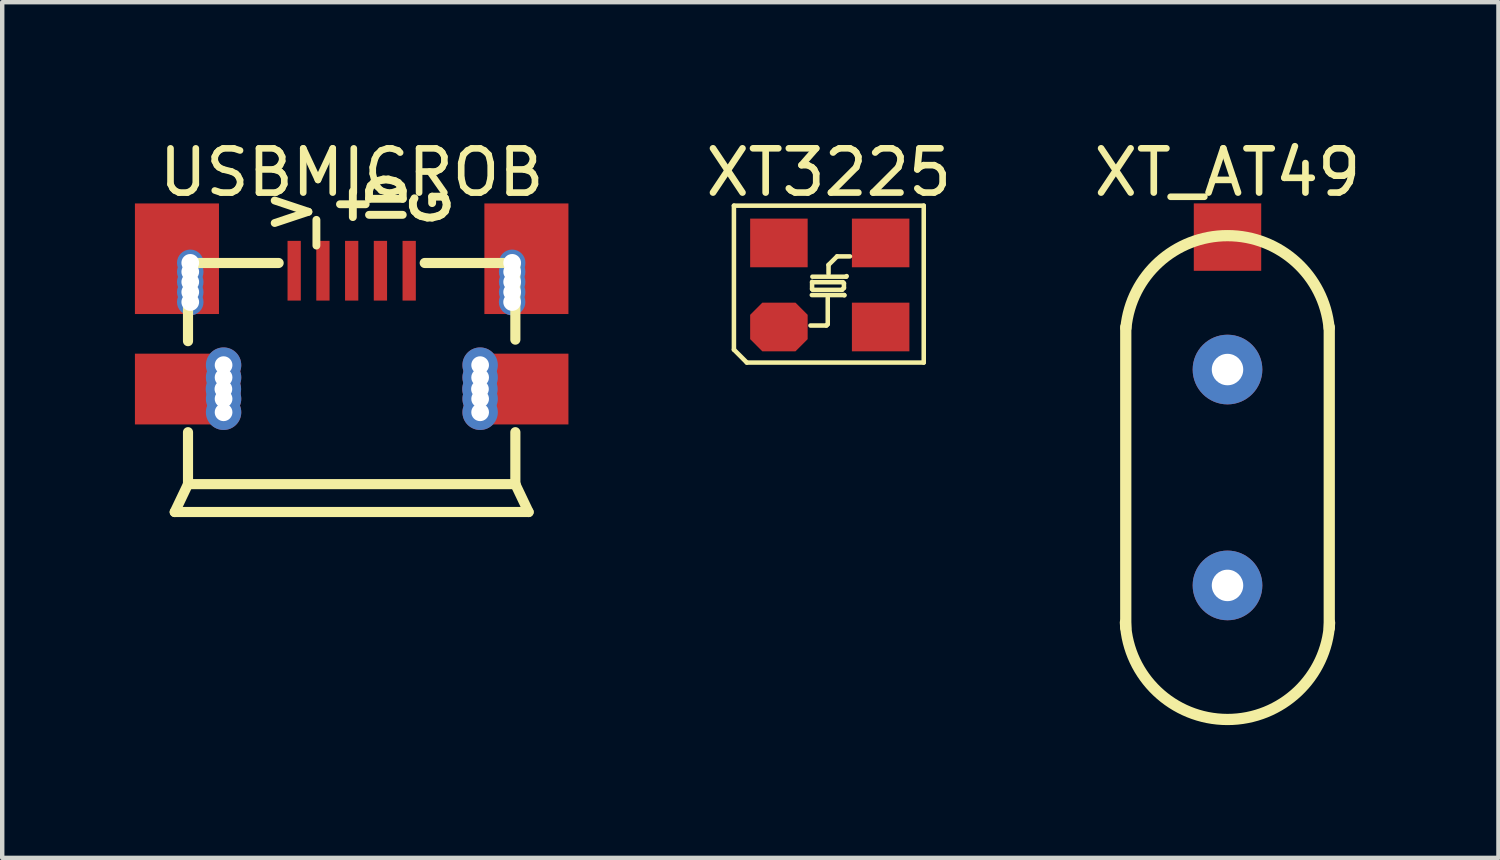
<source format=kicad_pcb>
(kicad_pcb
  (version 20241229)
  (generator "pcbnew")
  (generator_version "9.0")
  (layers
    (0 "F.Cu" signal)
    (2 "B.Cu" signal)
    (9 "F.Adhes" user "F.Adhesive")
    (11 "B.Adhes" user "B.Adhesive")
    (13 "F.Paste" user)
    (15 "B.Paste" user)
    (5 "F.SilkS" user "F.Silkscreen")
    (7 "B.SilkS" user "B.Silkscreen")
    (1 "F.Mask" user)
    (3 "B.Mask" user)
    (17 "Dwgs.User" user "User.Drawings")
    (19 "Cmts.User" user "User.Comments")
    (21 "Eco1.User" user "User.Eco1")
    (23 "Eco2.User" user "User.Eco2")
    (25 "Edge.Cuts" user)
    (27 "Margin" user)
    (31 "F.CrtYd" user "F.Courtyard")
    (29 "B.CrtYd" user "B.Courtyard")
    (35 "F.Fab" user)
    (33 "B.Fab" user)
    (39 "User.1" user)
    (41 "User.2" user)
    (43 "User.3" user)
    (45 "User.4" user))
  (footprint "USBMICROB"
    (layer "F.Cu")
    (at 3.6 3.07)
    (property "Reference" "USBMICROB" (at 1.3 -2.221 0) (layer "F.SilkS") (effects (font (size 1 1) (thickness 0.15))))
    (fp_line (start -2.7 5.455) (end -2.4 4.825) (stroke (width 0.229) (type solid)) (layer "F.SilkS"))
    (fp_line (start -2.7 5.455) (end 5.3 5.455) (stroke (width 0.229) (type solid)) (layer "F.SilkS"))
    (fp_line (start -2.4 -0.175) (end -0.351 -0.175) (stroke (width 0.229) (type solid)) (layer "F.SilkS"))
    (fp_line (start -2.4 1.592) (end -2.4 -0.175) (stroke (width 0.229) (type solid)) (layer "F.SilkS"))
    (fp_line (start -2.4 4.825) (end -2.4 3.65) (stroke (width 0.229) (type solid)) (layer "F.SilkS"))
    (fp_line (start -2.4 4.825) (end 5 4.825) (stroke (width 0.229) (type solid)) (layer "F.SilkS"))
    (fp_line (start 2.951 -0.175) (end 5 -0.175) (stroke (width 0.229) (type solid)) (layer "F.SilkS"))
    (fp_line (start 5 1.558) (end 5 -0.175) (stroke (width 0.229) (type solid)) (layer "F.SilkS"))
    (fp_line (start 5 4.825) (end 5.3 5.455) (stroke (width 0.229) (type solid)) (layer "F.SilkS"))
    (fp_line (start 5 4.825) (end 5 3.65) (stroke (width 0.229) (type solid)) (layer "F.SilkS"))
    (fp_circle (center -0.7 0.525) (end -0.7 0.125) (stroke (width 0.203) (type solid)) (fill no) (layer "User.1"))
    (fp_circle (center 3.3 0.525) (end 3.3 0.125) (stroke (width 0.203) (type solid)) (fill no) (layer "User.1"))
    (fp_text user "G" (at 3.548 -0.94 90) (unlocked yes) (layer "F.SilkS") (effects (font (size 0.762 0.762) (thickness 0.178)) (justify left bottom)))
    (fp_text user "ID" (at 2.557 -0.965 90) (unlocked yes) (layer "F.SilkS") (effects (font (size 0.762 0.762) (thickness 0.178)) (justify left bottom)))
    (fp_text user "+" (at 1.719 -0.914 90) (unlocked yes) (layer "F.SilkS") (effects (font (size 0.762 0.762) (thickness 0.178)) (justify left bottom)))
    (fp_text user "-" (at 0.11 -1.448 270) (unlocked yes) (layer "F.SilkS") (effects (font (size 0.762 0.762) (thickness 0.178)) (justify left bottom)))
    (fp_text user "V" (at 0.424 -0.889 90) (unlocked yes) (layer "F.SilkS") (effects (font (size 0.762 0.762) (thickness 0.178)) (justify left bottom)))
    (pad "0" smd rect (at -2.65 -0.271) (size 1.9 2.5) (layers "F.Cu" "F.Mask" "F.Paste"))
    (pad "0" smd rect (at -2.65 2.675) (size 1.9 1.6) (layers "F.Cu" "F.Mask" "F.Paste"))
    (pad "0" thru_hole circle (at -2.349 0.708) (size 0.6 0.6) (drill 0.4) (layers "*.Cu" "*.Mask"))
    (pad "0" thru_hole circle (at -2.349 -0.178) (size 0.6 0.6) (drill 0.4) (layers "*.Cu" "*.Mask"))
    (pad "0" thru_hole circle (at -2.349 0.025) (size 0.6 0.6) (drill 0.4) (layers "*.Cu" "*.Mask"))
    (pad "0" thru_hole circle (at -2.349 0.254) (size 0.6 0.6) (drill 0.4) (layers "*.Cu" "*.Mask"))
    (pad "0" thru_hole circle (at -2.349 0.483) (size 0.6 0.6) (drill 0.4) (layers "*.Cu" "*.Mask"))
    (pad "0" thru_hole circle (at -1.6 2.675) (size 0.8 0.8) (drill 0.4) (layers "*.Cu" "*.Mask"))
    (pad "0" thru_hole circle (at -1.596 2.134) (size 0.8 0.8) (drill 0.4) (layers "*.Cu" "*.Mask"))
    (pad "0" thru_hole circle (at -1.596 2.413) (size 0.8 0.8) (drill 0.4) (layers "*.Cu" "*.Mask"))
    (pad "0" thru_hole circle (at -1.596 2.896) (size 0.8 0.8) (drill 0.4) (layers "*.Cu" "*.Mask"))
    (pad "0" thru_hole circle (at -1.596 3.2) (size 0.8 0.8) (drill 0.4) (layers "*.Cu" "*.Mask"))
    (pad "0" thru_hole circle (at 4.2 2.675) (size 0.8 0.8) (drill 0.4) (layers "*.Cu" "*.Mask"))
    (pad "0" thru_hole circle (at 4.204 2.134) (size 0.8 0.8) (drill 0.4) (layers "*.Cu" "*.Mask"))
    (pad "0" thru_hole circle (at 4.204 2.413) (size 0.8 0.8) (drill 0.4) (layers "*.Cu" "*.Mask"))
    (pad "0" thru_hole circle (at 4.204 2.896) (size 0.8 0.8) (drill 0.4) (layers "*.Cu" "*.Mask"))
    (pad "0" thru_hole circle (at 4.204 3.2) (size 0.8 0.8) (drill 0.4) (layers "*.Cu" "*.Mask"))
    (pad "0" thru_hole circle (at 4.927 0.708) (size 0.6 0.6) (drill 0.4) (layers "*.Cu" "*.Mask"))
    (pad "0" thru_hole circle (at 4.928 -0.178) (size 0.6 0.6) (drill 0.4) (layers "*.Cu" "*.Mask"))
    (pad "0" thru_hole circle (at 4.928 0.025) (size 0.6 0.6) (drill 0.4) (layers "*.Cu" "*.Mask"))
    (pad "0" thru_hole circle (at 4.928 0.254) (size 0.6 0.6) (drill 0.4) (layers "*.Cu" "*.Mask"))
    (pad "0" thru_hole circle (at 4.928 0.483) (size 0.6 0.6) (drill 0.4) (layers "*.Cu" "*.Mask"))
    (pad "0" smd rect (at 5.25 -0.271) (size 1.9 2.5) (layers "F.Cu" "F.Mask" "F.Paste"))
    (pad "0" smd rect (at 5.25 2.675) (size 1.9 1.6) (layers "F.Cu" "F.Mask" "F.Paste"))
    (pad "1" smd rect (at 0 0 90) (size 1.35 0.3) (layers "F.Cu" "F.Mask" "F.Paste"))
    (pad "2" smd rect (at 0.65 0 90) (size 1.35 0.3) (layers "F.Cu" "F.Mask" "F.Paste"))
    (pad "3" smd rect (at 1.3 0 90) (size 1.35 0.3) (layers "F.Cu" "F.Mask" "F.Paste"))
    (pad "4" smd rect (at 1.95 0 90) (size 1.35 0.3) (layers "F.Cu" "F.Mask" "F.Paste"))
    (pad "5" smd rect (at 2.6 0 90) (size 1.35 0.3) (layers "F.Cu" "F.Mask" "F.Paste"))
    (zone (net_name "") (layers "F.Cu" "B.Cu") (hatch edge 0.5) (connect_pads) (min_thickness 0.25) (filled_areas_thickness no) (keepout (tracks not_allowed) (vias not_allowed) (pads not_allowed) (copperpour not_allowed) (footprints allowed)) (placement (enabled no)) (fill) (polygon (pts (xy 3.092 3.131) (xy 3.205 3.197) (xy 3.298 3.289) (xy 3.363 3.403) (xy 3.397 3.529) (xy 3.397 3.66) (xy 3.363 3.787) (xy 3.298 3.9) (xy 3.205 3.993) (xy 3.092 4.058) (xy 2.965 4.092) (xy 2.835 4.092) (xy 2.708 4.058) (xy 2.595 3.993) (xy 2.502 3.9) (xy 2.437 3.787) (xy 2.403 3.66) (xy 2.403 3.555) (xy 2.602 3.555) (xy 2.602 3.634) (xy 2.622 3.71) (xy 2.661 3.778) (xy 2.717 3.833) (xy 2.785 3.873) (xy 2.861 3.893) (xy 2.939 3.893) (xy 3.015 3.873) (xy 3.083 3.833) (xy 3.139 3.778) (xy 3.178 3.71) (xy 3.198 3.634) (xy 3.198 3.555) (xy 3.178 3.479) (xy 3.139 3.411) (xy 3.083 3.356) (xy 3.015 3.317) (xy 2.939 3.296) (xy 2.861 3.296) (xy 2.785 3.317) (xy 2.717 3.356) (xy 2.661 3.411) (xy 2.622 3.479) (xy 2.602 3.555) (xy 2.403 3.555) (xy 2.403 3.529) (xy 2.437 3.403) (xy 2.502 3.289) (xy 2.595 3.197) (xy 2.708 3.131) (xy 2.835 3.097) (xy 2.965 3.097))))
    (zone (net_name "") (layers "F.Cu" "B.Cu") (hatch edge 0.5) (connect_pads) (min_thickness 0.25) (filled_areas_thickness no) (keepout (tracks not_allowed) (vias not_allowed) (pads not_allowed) (copperpour not_allowed) (footprints allowed)) (placement (enabled no)) (fill) (polygon (pts (xy 7.092 3.131) (xy 7.205 3.197) (xy 7.298 3.289) (xy 7.363 3.403) (xy 7.397 3.529) (xy 7.397 3.66) (xy 7.363 3.787) (xy 7.298 3.9) (xy 7.205 3.993) (xy 7.092 4.058) (xy 6.965 4.092) (xy 6.835 4.092) (xy 6.708 4.058) (xy 6.595 3.993) (xy 6.502 3.9) (xy 6.437 3.787) (xy 6.403 3.66) (xy 6.403 3.555) (xy 6.602 3.555) (xy 6.602 3.634) (xy 6.622 3.71) (xy 6.661 3.778) (xy 6.717 3.833) (xy 6.785 3.873) (xy 6.861 3.893) (xy 6.939 3.893) (xy 7.015 3.873) (xy 7.083 3.833) (xy 7.139 3.778) (xy 7.178 3.71) (xy 7.198 3.634) (xy 7.198 3.555) (xy 7.178 3.479) (xy 7.139 3.411) (xy 7.083 3.356) (xy 7.015 3.317) (xy 6.939 3.296) (xy 6.861 3.296) (xy 6.785 3.317) (xy 6.717 3.356) (xy 6.661 3.411) (xy 6.622 3.479) (xy 6.602 3.555) (xy 6.403 3.555) (xy 6.403 3.529) (xy 6.437 3.403) (xy 6.502 3.289) (xy 6.595 3.197) (xy 6.708 3.131) (xy 6.835 3.097) (xy 6.965 3.097)))))
  (footprint "XT3225"
    (layer "F.Cu")
    (at 14.558 4.342)
    (property "Reference" "XT3225" (at 1.129 -3.494 0) (layer "F.SilkS") (effects (font (size 1 1) (thickness 0.15))))
    (fp_line (start -1.017 -2.743) (end 3.274 -2.743) (stroke (width 0.102) (type solid)) (layer "F.SilkS"))
    (fp_line (start -1.017 0.512) (end -1.017 -2.743) (stroke (width 0.102) (type solid)) (layer "F.SilkS"))
    (fp_line (start -1.017 0.512) (end -0.725 0.804) (stroke (width 0.102) (type solid)) (layer "F.SilkS"))
    (fp_line (start -0.725 0.804) (end 3.274 0.804) (stroke (width 0.102) (type solid)) (layer "F.SilkS"))
    (fp_line (start 0.713 -0.033) (end 1.073 -0.033) (stroke (width 0.102) (type solid)) (layer "F.SilkS"))
    (fp_line (start 0.744 -0.722) (end 1.476 -0.722) (stroke (width 0.102) (type solid)) (layer "F.SilkS"))
    (fp_line (start 0.75 -1.013) (end 1.445 -1.013) (stroke (width 0.102) (type solid)) (layer "F.SilkS"))
    (fp_line (start 0.75 -0.858) (end 0.75 -1.019) (stroke (width 0.102) (type solid)) (layer "F.SilkS"))
    (fp_line (start 0.75 -0.858) (end 0.769 -0.84) (stroke (width 0.102) (type solid)) (layer "F.SilkS"))
    (fp_line (start 0.757 -1.137) (end 1.519 -1.137) (stroke (width 0.102) (type solid)) (layer "F.SilkS"))
    (fp_line (start 0.769 -0.84) (end 1.426 -0.84) (stroke (width 0.102) (type solid)) (layer "F.SilkS"))
    (fp_line (start 1.073 -0.033) (end 1.104 -0.064) (stroke (width 0.102) (type solid)) (layer "F.SilkS"))
    (fp_line (start 1.104 -0.064) (end 1.104 -0.66) (stroke (width 0.102) (type solid)) (layer "F.SilkS"))
    (fp_line (start 1.122 -1.404) (end 1.315 -1.596) (stroke (width 0.102) (type solid)) (layer "F.SilkS"))
    (fp_line (start 1.122 -1.205) (end 1.122 -1.404) (stroke (width 0.102) (type solid)) (layer "F.SilkS"))
    (fp_line (start 1.315 -1.596) (end 1.606 -1.596) (stroke (width 0.102) (type solid)) (layer "F.SilkS"))
    (fp_line (start 1.426 -0.84) (end 1.47 -0.883) (stroke (width 0.102) (type solid)) (layer "F.SilkS"))
    (fp_line (start 1.445 -1.013) (end 1.47 -0.988) (stroke (width 0.102) (type solid)) (layer "F.SilkS"))
    (fp_line (start 1.47 -0.883) (end 1.47 -0.988) (stroke (width 0.102) (type solid)) (layer "F.SilkS"))
    (fp_line (start 1.476 -0.722) (end 1.482 -0.716) (stroke (width 0.102) (type solid)) (layer "F.SilkS"))
    (fp_line (start 1.519 -1.137) (end 1.532 -1.15) (stroke (width 0.102) (type solid)) (layer "F.SilkS"))
    (fp_line (start 3.274 0.804) (end 3.274 -2.743) (stroke (width 0.102) (type solid)) (layer "F.SilkS"))
    (pad "1" smd roundrect (at 0 0) (size 1.3 1.1) (layers "F.Cu" "F.Mask" "F.Paste") (roundrect_rratio 0.25) (chamfer_ratio 0.25) (chamfer top_left top_right bottom_left bottom_right))
    (pad "2" smd rect (at 2.3 0) (size 1.3 1.1) (layers "F.Cu" "F.Mask" "F.Paste"))
    (pad "3" smd rect (at 2.3 -1.9) (size 1.3 1.1) (layers "F.Cu" "F.Mask" "F.Paste"))
    (pad "4" smd rect (at 0 -1.9) (size 1.3 1.1) (layers "F.Cu" "F.Mask" "F.Paste")))
  (footprint "XT_AT49"
    (layer "F.Cu")
    (at 24.699 10.184)
    (property "Reference" "XT_AT49" (at -0.000161 -9.336 0) (layer "F.SilkS") (effects (font (size 1 1) (thickness 0.15))))
    (fp_line (start -2.3 -5.84) (end -2.3 0.96) (stroke (width 0.254) (type solid)) (layer "F.SilkS"))
    (fp_line (start 2.3 0.965) (end 2.3 -5.84) (stroke (width 0.254) (type solid)) (layer "F.SilkS"))
    (fp_arc (start -2.296056 -5.822177) (mid 0.000644 -7.90678) (end 2.29618 -5.820895) (stroke (width 0.254) (type solid)) (layer "F.SilkS"))
    (fp_arc (start 2.307979 0.844794) (mid -0.003046 3.031348) (end -2.3083 0.83871) (stroke (width 0.254) (type solid)) (layer "F.SilkS"))
    (pad "0" smd rect (at 0 -7.874 90) (size 1.524 1.524) (layers "F.Cu" "F.Mask" "F.Paste"))
    (pad "1" thru_hole circle (at 0 0) (size 1.575 1.575) (drill 0.711) (layers "*.Cu" "*.Mask"))
    (pad "2" thru_hole circle (at 0 -4.88) (size 1.575 1.575) (drill 0.711) (layers "*.Cu" "*.Mask")))
  (gr_rect
    (start -3 -3)
    (end 30.824 16.343)
    (stroke (width 0.1) (type default))
    (fill no)
    (layer "Edge.Cuts")))
</source>
